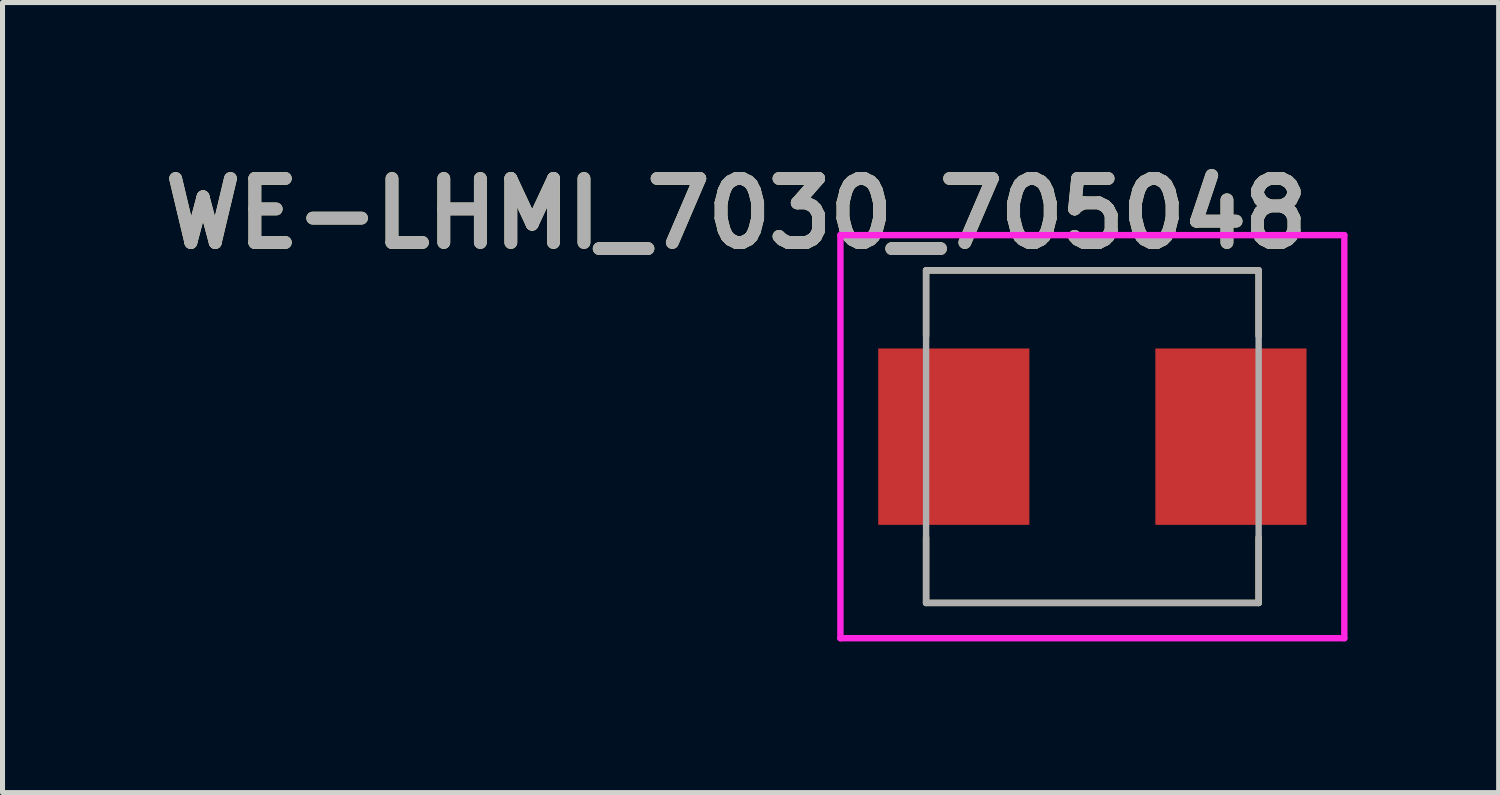
<source format=kicad_pcb>
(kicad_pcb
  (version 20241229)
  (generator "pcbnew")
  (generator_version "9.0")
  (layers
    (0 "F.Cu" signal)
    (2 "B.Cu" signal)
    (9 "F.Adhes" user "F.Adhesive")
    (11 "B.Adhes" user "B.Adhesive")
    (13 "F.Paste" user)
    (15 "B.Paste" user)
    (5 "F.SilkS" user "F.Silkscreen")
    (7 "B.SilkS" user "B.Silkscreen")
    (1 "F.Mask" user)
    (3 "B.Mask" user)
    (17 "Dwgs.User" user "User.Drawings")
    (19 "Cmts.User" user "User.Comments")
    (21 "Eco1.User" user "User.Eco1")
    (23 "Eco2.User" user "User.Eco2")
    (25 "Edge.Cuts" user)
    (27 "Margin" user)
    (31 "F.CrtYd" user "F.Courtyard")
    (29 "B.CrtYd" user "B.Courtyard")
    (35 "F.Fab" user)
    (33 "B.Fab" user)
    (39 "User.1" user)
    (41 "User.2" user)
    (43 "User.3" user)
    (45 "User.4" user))
  (footprint "WE-LHMI_7030_705048"
    (layer "F.Cu")
    (at 18.629 5.616)
    (property "Reference" "WE-LHMI_7030_705048" (at -7.066 -4.428 0) (layer "F.SilkS") (effects (font (size 1.27 1.27) (thickness 0.254))))
    (attr smd)
    (fp_line (start -3.3 -3.3) (end 3.3 -3.3) (stroke (width 0.127) (type solid)) (layer "F.SilkS"))
    (fp_line (start -3.3 -2) (end -3.3 -3.3) (stroke (width 0.127) (type solid)) (layer "F.SilkS"))
    (fp_line (start -3.3 2) (end -3.3 3.3) (stroke (width 0.127) (type solid)) (layer "F.SilkS"))
    (fp_line (start -3.3 3.3) (end 3.3 3.3) (stroke (width 0.127) (type solid)) (layer "F.SilkS"))
    (fp_line (start 3.3 -3.3) (end 3.3 -2) (stroke (width 0.127) (type solid)) (layer "F.SilkS"))
    (fp_line (start 3.3 3.3) (end 3.3 2) (stroke (width 0.127) (type solid)) (layer "F.SilkS"))
    (fp_line (start -5 -4) (end -5 4) (stroke (width 0.127) (type solid)) (layer "F.CrtYd"))
    (fp_line (start -5 4) (end 5 4) (stroke (width 0.127) (type solid)) (layer "F.CrtYd"))
    (fp_line (start 5 -4) (end -5 -4) (stroke (width 0.127) (type solid)) (layer "F.CrtYd"))
    (fp_line (start 5 4) (end 5 -4) (stroke (width 0.127) (type solid)) (layer "F.CrtYd"))
    (fp_line (start -3.3 -3.3) (end -3.3 3.3) (stroke (width 0.127) (type solid)) (layer "F.Fab"))
    (fp_line (start -3.3 3.3) (end 3.3 3.3) (stroke (width 0.127) (type solid)) (layer "F.Fab"))
    (fp_line (start 3.3 -3.3) (end -3.3 -3.3) (stroke (width 0.127) (type solid)) (layer "F.Fab"))
    (fp_line (start 3.3 3.3) (end 3.3 -3.3) (stroke (width 0.127) (type solid)) (layer "F.Fab"))
    (fp_text user "${REFERENCE}" (at -7.066 -4.428 0) (layer "F.Fab") (effects (font (size 1.27 1.27) (thickness 0.254))))
    (pad "1" smd rect (at -2.75 0) (size 3 3.5) (layers "F.Cu" "F.Mask" "F.Paste"))
    (pad "2" smd rect (at 2.75 0) (size 3 3.5) (layers "F.Cu" "F.Mask" "F.Paste")))
  (gr_rect
    (start -3 -3)
    (end 26.692 12.68)
    (stroke (width 0.1) (type default))
    (fill no)
    (layer "Edge.Cuts")))
</source>
